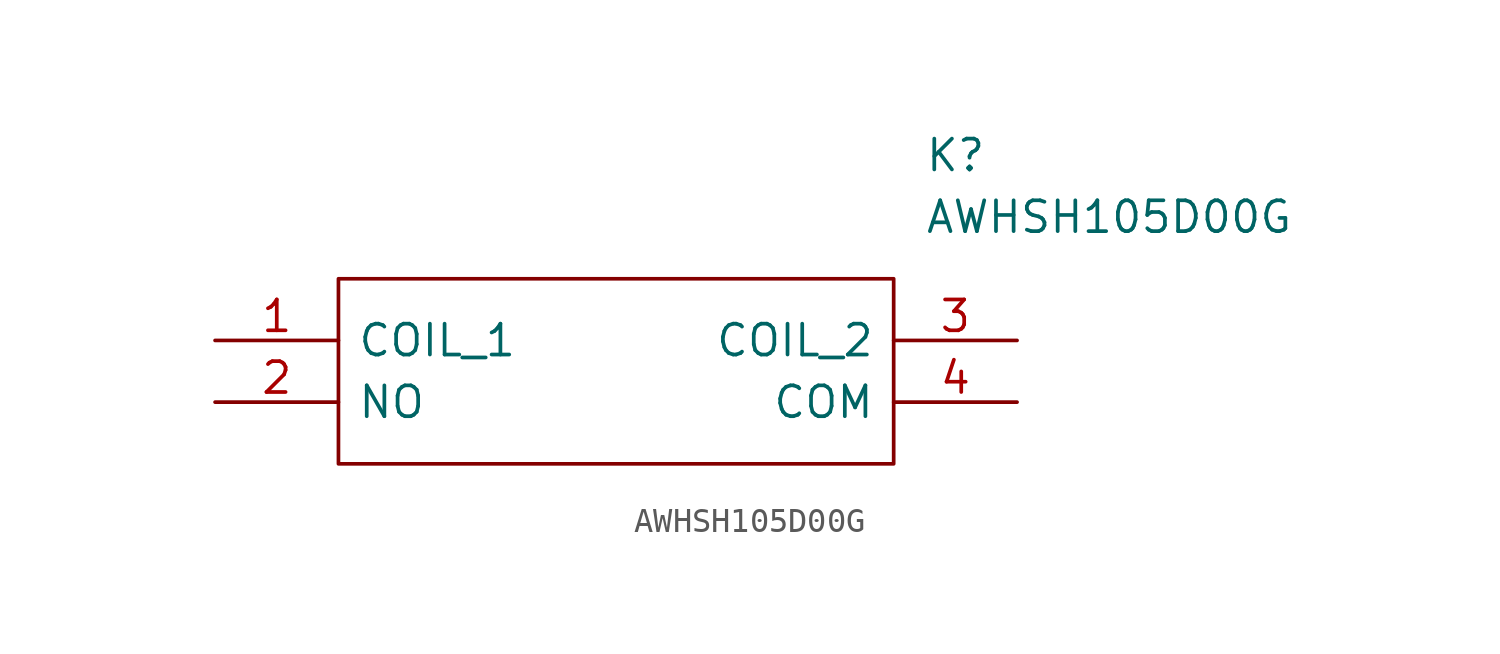
<source format=kicad_sym>
(kicad_symbol_lib
  (version 20220914)
  (generator kicad_symbol_editor)
  (symbol "AWHSH105D00G"
    (pin_names
      (offset 0.762))
    (property "Reference" "K"
      (at 29.21 7.62 0)
      (effects (font (size 1.27 1.27)) (justify left)))
    (property "Value" "AWHSH105D00G"
      (at 29.21 5.08 0)
      (effects (font (size 1.27 1.27)) (justify left)))
    (symbol "AWHSH105D00G_0_0"
      (pin passive line (at 0 0 0) (length 5.08) (name "COIL_1" (effects (font (size 1.27 1.27)))) (number "1" (effects (font (size 1.27 1.27)))))
      (pin passive line (at 0 -2.54 0) (length 5.08) (name "NO" (effects (font (size 1.27 1.27)))) (number "2" (effects (font (size 1.27 1.27)))))
      (pin passive line (at 33.02 0 180) (length 5.08) (name "COIL_2" (effects (font (size 1.27 1.27)))) (number "3" (effects (font (size 1.27 1.27)))))
      (pin passive line (at 33.02 -2.54 180) (length 5.08) (name "COM" (effects (font (size 1.27 1.27)))) (number "4" (effects (font (size 1.27 1.27))))))
    (symbol "AWHSH105D00G_0_1"
      (polyline (pts (xy 5.08 2.54) (xy 27.94 2.54) (xy 27.94 -5.08) (xy 5.08 -5.08) (xy 5.08 2.54)) (stroke (width 0.152) (type solid)) (fill (type none))))))
</source>
